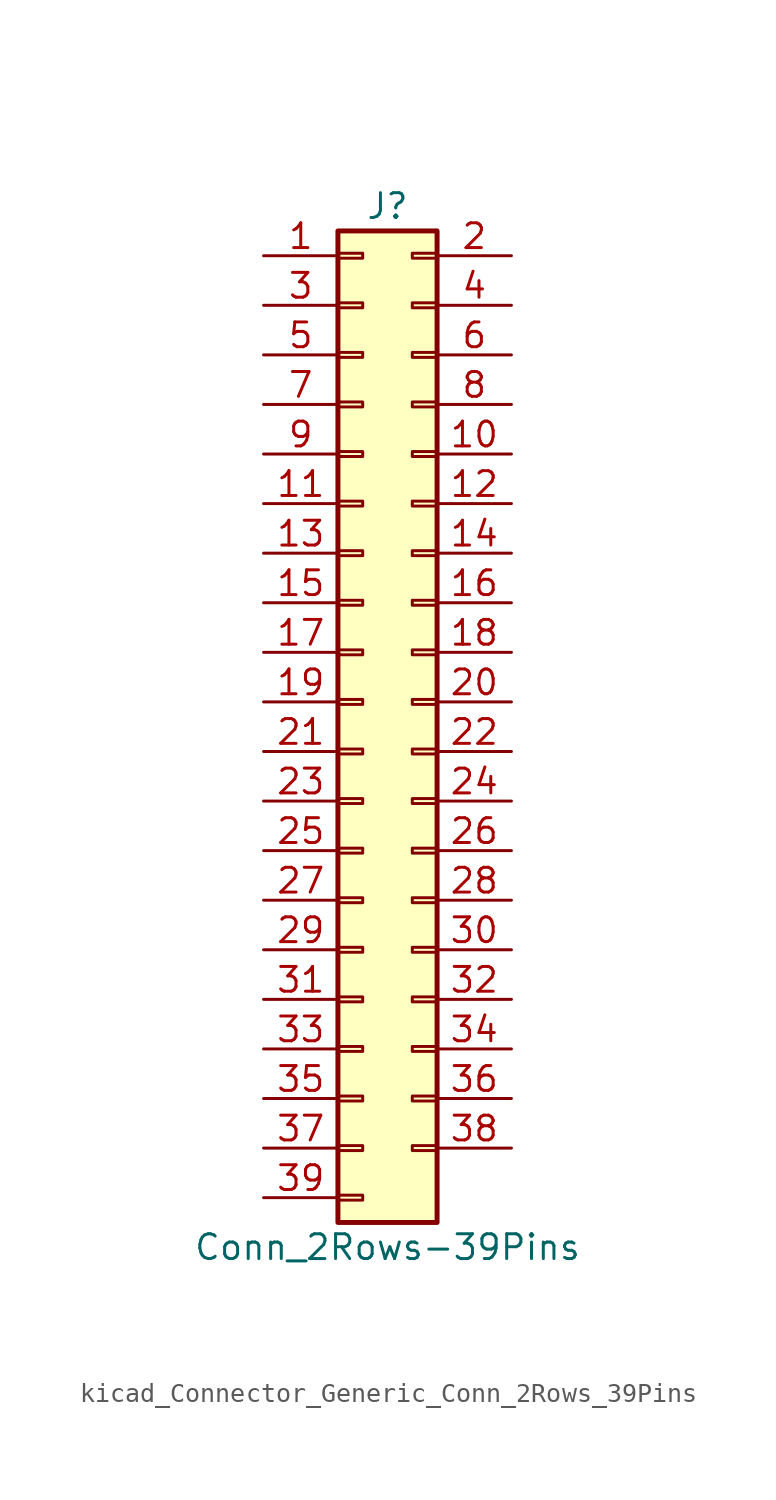
<source format=kicad_sym>
(kicad_symbol_lib
  (version 20220914)
  (generator kicad_symbol_editor)
  (symbol "kicad_Connector_Generic_Conn_2Rows_39Pins"
    (pin_names
      (offset 1.016) hide)
    (property "Reference" "J"
      (at 1.27 25.4 0)
      (effects (font (size 1.27 1.27))))
    (property "Value" "Conn_2Rows-39Pins"
      (at 1.27 -27.94 0)
      (effects (font (size 1.27 1.27))))
    (symbol "kicad_Connector_Generic_Conn_2Rows_39Pins_1_1"
      (rectangle (start -1.27 -25.273) (end 0 -25.527) (stroke (width 0.152) (type default)) (fill (type none)))
      (rectangle (start -1.27 -22.733) (end 0 -22.987) (stroke (width 0.152) (type default)) (fill (type none)))
      (rectangle (start -1.27 -20.193) (end 0 -20.447) (stroke (width 0.152) (type default)) (fill (type none)))
      (rectangle (start -1.27 -17.653) (end 0 -17.907) (stroke (width 0.152) (type default)) (fill (type none)))
      (rectangle (start -1.27 -15.113) (end 0 -15.367) (stroke (width 0.152) (type default)) (fill (type none)))
      (rectangle (start -1.27 -12.573) (end 0 -12.827) (stroke (width 0.152) (type default)) (fill (type none)))
      (rectangle (start -1.27 -10.033) (end 0 -10.287) (stroke (width 0.152) (type default)) (fill (type none)))
      (rectangle (start -1.27 -7.493) (end 0 -7.747) (stroke (width 0.152) (type default)) (fill (type none)))
      (rectangle (start -1.27 -4.953) (end 0 -5.207) (stroke (width 0.152) (type default)) (fill (type none)))
      (rectangle (start -1.27 -2.413) (end 0 -2.667) (stroke (width 0.152) (type default)) (fill (type none)))
      (rectangle (start -1.27 0.127) (end 0 -0.127) (stroke (width 0.152) (type default)) (fill (type none)))
      (rectangle (start -1.27 2.667) (end 0 2.413) (stroke (width 0.152) (type default)) (fill (type none)))
      (rectangle (start -1.27 5.207) (end 0 4.953) (stroke (width 0.152) (type default)) (fill (type none)))
      (rectangle (start -1.27 7.747) (end 0 7.493) (stroke (width 0.152) (type default)) (fill (type none)))
      (rectangle (start -1.27 10.287) (end 0 10.033) (stroke (width 0.152) (type default)) (fill (type none)))
      (rectangle (start -1.27 12.827) (end 0 12.573) (stroke (width 0.152) (type default)) (fill (type none)))
      (rectangle (start -1.27 15.367) (end 0 15.113) (stroke (width 0.152) (type default)) (fill (type none)))
      (rectangle (start -1.27 17.907) (end 0 17.653) (stroke (width 0.152) (type default)) (fill (type none)))
      (rectangle (start -1.27 20.447) (end 0 20.193) (stroke (width 0.152) (type default)) (fill (type none)))
      (rectangle (start -1.27 22.987) (end 0 22.733) (stroke (width 0.152) (type default)) (fill (type none)))
      (rectangle (start -1.27 24.13) (end 3.81 -26.67) (stroke (width 0.254) (type default)) (fill (type background)))
      (rectangle (start 3.81 -22.733) (end 2.54 -22.987) (stroke (width 0.152) (type default)) (fill (type none)))
      (rectangle (start 3.81 -20.193) (end 2.54 -20.447) (stroke (width 0.152) (type default)) (fill (type none)))
      (rectangle (start 3.81 -17.653) (end 2.54 -17.907) (stroke (width 0.152) (type default)) (fill (type none)))
      (rectangle (start 3.81 -15.113) (end 2.54 -15.367) (stroke (width 0.152) (type default)) (fill (type none)))
      (rectangle (start 3.81 -12.573) (end 2.54 -12.827) (stroke (width 0.152) (type default)) (fill (type none)))
      (rectangle (start 3.81 -10.033) (end 2.54 -10.287) (stroke (width 0.152) (type default)) (fill (type none)))
      (rectangle (start 3.81 -7.493) (end 2.54 -7.747) (stroke (width 0.152) (type default)) (fill (type none)))
      (rectangle (start 3.81 -4.953) (end 2.54 -5.207) (stroke (width 0.152) (type default)) (fill (type none)))
      (rectangle (start 3.81 -2.413) (end 2.54 -2.667) (stroke (width 0.152) (type default)) (fill (type none)))
      (rectangle (start 3.81 0.127) (end 2.54 -0.127) (stroke (width 0.152) (type default)) (fill (type none)))
      (rectangle (start 3.81 2.667) (end 2.54 2.413) (stroke (width 0.152) (type default)) (fill (type none)))
      (rectangle (start 3.81 5.207) (end 2.54 4.953) (stroke (width 0.152) (type default)) (fill (type none)))
      (rectangle (start 3.81 7.747) (end 2.54 7.493) (stroke (width 0.152) (type default)) (fill (type none)))
      (rectangle (start 3.81 10.287) (end 2.54 10.033) (stroke (width 0.152) (type default)) (fill (type none)))
      (rectangle (start 3.81 12.827) (end 2.54 12.573) (stroke (width 0.152) (type default)) (fill (type none)))
      (rectangle (start 3.81 15.367) (end 2.54 15.113) (stroke (width 0.152) (type default)) (fill (type none)))
      (rectangle (start 3.81 17.907) (end 2.54 17.653) (stroke (width 0.152) (type default)) (fill (type none)))
      (rectangle (start 3.81 20.447) (end 2.54 20.193) (stroke (width 0.152) (type default)) (fill (type none)))
      (rectangle (start 3.81 22.987) (end 2.54 22.733) (stroke (width 0.152) (type default)) (fill (type none)))
      (pin passive line (at -5.08 22.86 0) (length 3.81) (name "Pin_1" (effects (font (size 1.27 1.27)))) (number "1" (effects (font (size 1.27 1.27)))))
      (pin passive line (at 7.62 12.7 180) (length 3.81) (name "Pin_10" (effects (font (size 1.27 1.27)))) (number "10" (effects (font (size 1.27 1.27)))))
      (pin passive line (at -5.08 10.16 0) (length 3.81) (name "Pin_11" (effects (font (size 1.27 1.27)))) (number "11" (effects (font (size 1.27 1.27)))))
      (pin passive line (at 7.62 10.16 180) (length 3.81) (name "Pin_12" (effects (font (size 1.27 1.27)))) (number "12" (effects (font (size 1.27 1.27)))))
      (pin passive line (at -5.08 7.62 0) (length 3.81) (name "Pin_13" (effects (font (size 1.27 1.27)))) (number "13" (effects (font (size 1.27 1.27)))))
      (pin passive line (at 7.62 7.62 180) (length 3.81) (name "Pin_14" (effects (font (size 1.27 1.27)))) (number "14" (effects (font (size 1.27 1.27)))))
      (pin passive line (at -5.08 5.08 0) (length 3.81) (name "Pin_15" (effects (font (size 1.27 1.27)))) (number "15" (effects (font (size 1.27 1.27)))))
      (pin passive line (at 7.62 5.08 180) (length 3.81) (name "Pin_16" (effects (font (size 1.27 1.27)))) (number "16" (effects (font (size 1.27 1.27)))))
      (pin passive line (at -5.08 2.54 0) (length 3.81) (name "Pin_17" (effects (font (size 1.27 1.27)))) (number "17" (effects (font (size 1.27 1.27)))))
      (pin passive line (at 7.62 2.54 180) (length 3.81) (name "Pin_18" (effects (font (size 1.27 1.27)))) (number "18" (effects (font (size 1.27 1.27)))))
      (pin passive line (at -5.08 0 0) (length 3.81) (name "Pin_19" (effects (font (size 1.27 1.27)))) (number "19" (effects (font (size 1.27 1.27)))))
      (pin passive line (at 7.62 22.86 180) (length 3.81) (name "Pin_2" (effects (font (size 1.27 1.27)))) (number "2" (effects (font (size 1.27 1.27)))))
      (pin passive line (at 7.62 0 180) (length 3.81) (name "Pin_20" (effects (font (size 1.27 1.27)))) (number "20" (effects (font (size 1.27 1.27)))))
      (pin passive line (at -5.08 -2.54 0) (length 3.81) (name "Pin_21" (effects (font (size 1.27 1.27)))) (number "21" (effects (font (size 1.27 1.27)))))
      (pin passive line (at 7.62 -2.54 180) (length 3.81) (name "Pin_22" (effects (font (size 1.27 1.27)))) (number "22" (effects (font (size 1.27 1.27)))))
      (pin passive line (at -5.08 -5.08 0) (length 3.81) (name "Pin_23" (effects (font (size 1.27 1.27)))) (number "23" (effects (font (size 1.27 1.27)))))
      (pin passive line (at 7.62 -5.08 180) (length 3.81) (name "Pin_24" (effects (font (size 1.27 1.27)))) (number "24" (effects (font (size 1.27 1.27)))))
      (pin passive line (at -5.08 -7.62 0) (length 3.81) (name "Pin_25" (effects (font (size 1.27 1.27)))) (number "25" (effects (font (size 1.27 1.27)))))
      (pin passive line (at 7.62 -7.62 180) (length 3.81) (name "Pin_26" (effects (font (size 1.27 1.27)))) (number "26" (effects (font (size 1.27 1.27)))))
      (pin passive line (at -5.08 -10.16 0) (length 3.81) (name "Pin_27" (effects (font (size 1.27 1.27)))) (number "27" (effects (font (size 1.27 1.27)))))
      (pin passive line (at 7.62 -10.16 180) (length 3.81) (name "Pin_28" (effects (font (size 1.27 1.27)))) (number "28" (effects (font (size 1.27 1.27)))))
      (pin passive line (at -5.08 -12.7 0) (length 3.81) (name "Pin_29" (effects (font (size 1.27 1.27)))) (number "29" (effects (font (size 1.27 1.27)))))
      (pin passive line (at -5.08 20.32 0) (length 3.81) (name "Pin_3" (effects (font (size 1.27 1.27)))) (number "3" (effects (font (size 1.27 1.27)))))
      (pin passive line (at 7.62 -12.7 180) (length 3.81) (name "Pin_30" (effects (font (size 1.27 1.27)))) (number "30" (effects (font (size 1.27 1.27)))))
      (pin passive line (at -5.08 -15.24 0) (length 3.81) (name "Pin_31" (effects (font (size 1.27 1.27)))) (number "31" (effects (font (size 1.27 1.27)))))
      (pin passive line (at 7.62 -15.24 180) (length 3.81) (name "Pin_32" (effects (font (size 1.27 1.27)))) (number "32" (effects (font (size 1.27 1.27)))))
      (pin passive line (at -5.08 -17.78 0) (length 3.81) (name "Pin_33" (effects (font (size 1.27 1.27)))) (number "33" (effects (font (size 1.27 1.27)))))
      (pin passive line (at 7.62 -17.78 180) (length 3.81) (name "Pin_34" (effects (font (size 1.27 1.27)))) (number "34" (effects (font (size 1.27 1.27)))))
      (pin passive line (at -5.08 -20.32 0) (length 3.81) (name "Pin_35" (effects (font (size 1.27 1.27)))) (number "35" (effects (font (size 1.27 1.27)))))
      (pin passive line (at 7.62 -20.32 180) (length 3.81) (name "Pin_36" (effects (font (size 1.27 1.27)))) (number "36" (effects (font (size 1.27 1.27)))))
      (pin passive line (at -5.08 -22.86 0) (length 3.81) (name "Pin_37" (effects (font (size 1.27 1.27)))) (number "37" (effects (font (size 1.27 1.27)))))
      (pin passive line (at 7.62 -22.86 180) (length 3.81) (name "Pin_38" (effects (font (size 1.27 1.27)))) (number "38" (effects (font (size 1.27 1.27)))))
      (pin passive line (at -5.08 -25.4 0) (length 3.81) (name "Pin_39" (effects (font (size 1.27 1.27)))) (number "39" (effects (font (size 1.27 1.27)))))
      (pin passive line (at 7.62 20.32 180) (length 3.81) (name "Pin_4" (effects (font (size 1.27 1.27)))) (number "4" (effects (font (size 1.27 1.27)))))
      (pin passive line (at -5.08 17.78 0) (length 3.81) (name "Pin_5" (effects (font (size 1.27 1.27)))) (number "5" (effects (font (size 1.27 1.27)))))
      (pin passive line (at 7.62 17.78 180) (length 3.81) (name "Pin_6" (effects (font (size 1.27 1.27)))) (number "6" (effects (font (size 1.27 1.27)))))
      (pin passive line (at -5.08 15.24 0) (length 3.81) (name "Pin_7" (effects (font (size 1.27 1.27)))) (number "7" (effects (font (size 1.27 1.27)))))
      (pin passive line (at 7.62 15.24 180) (length 3.81) (name "Pin_8" (effects (font (size 1.27 1.27)))) (number "8" (effects (font (size 1.27 1.27)))))
      (pin passive line (at -5.08 12.7 0) (length 3.81) (name "Pin_9" (effects (font (size 1.27 1.27)))) (number "9" (effects (font (size 1.27 1.27))))))))
</source>
